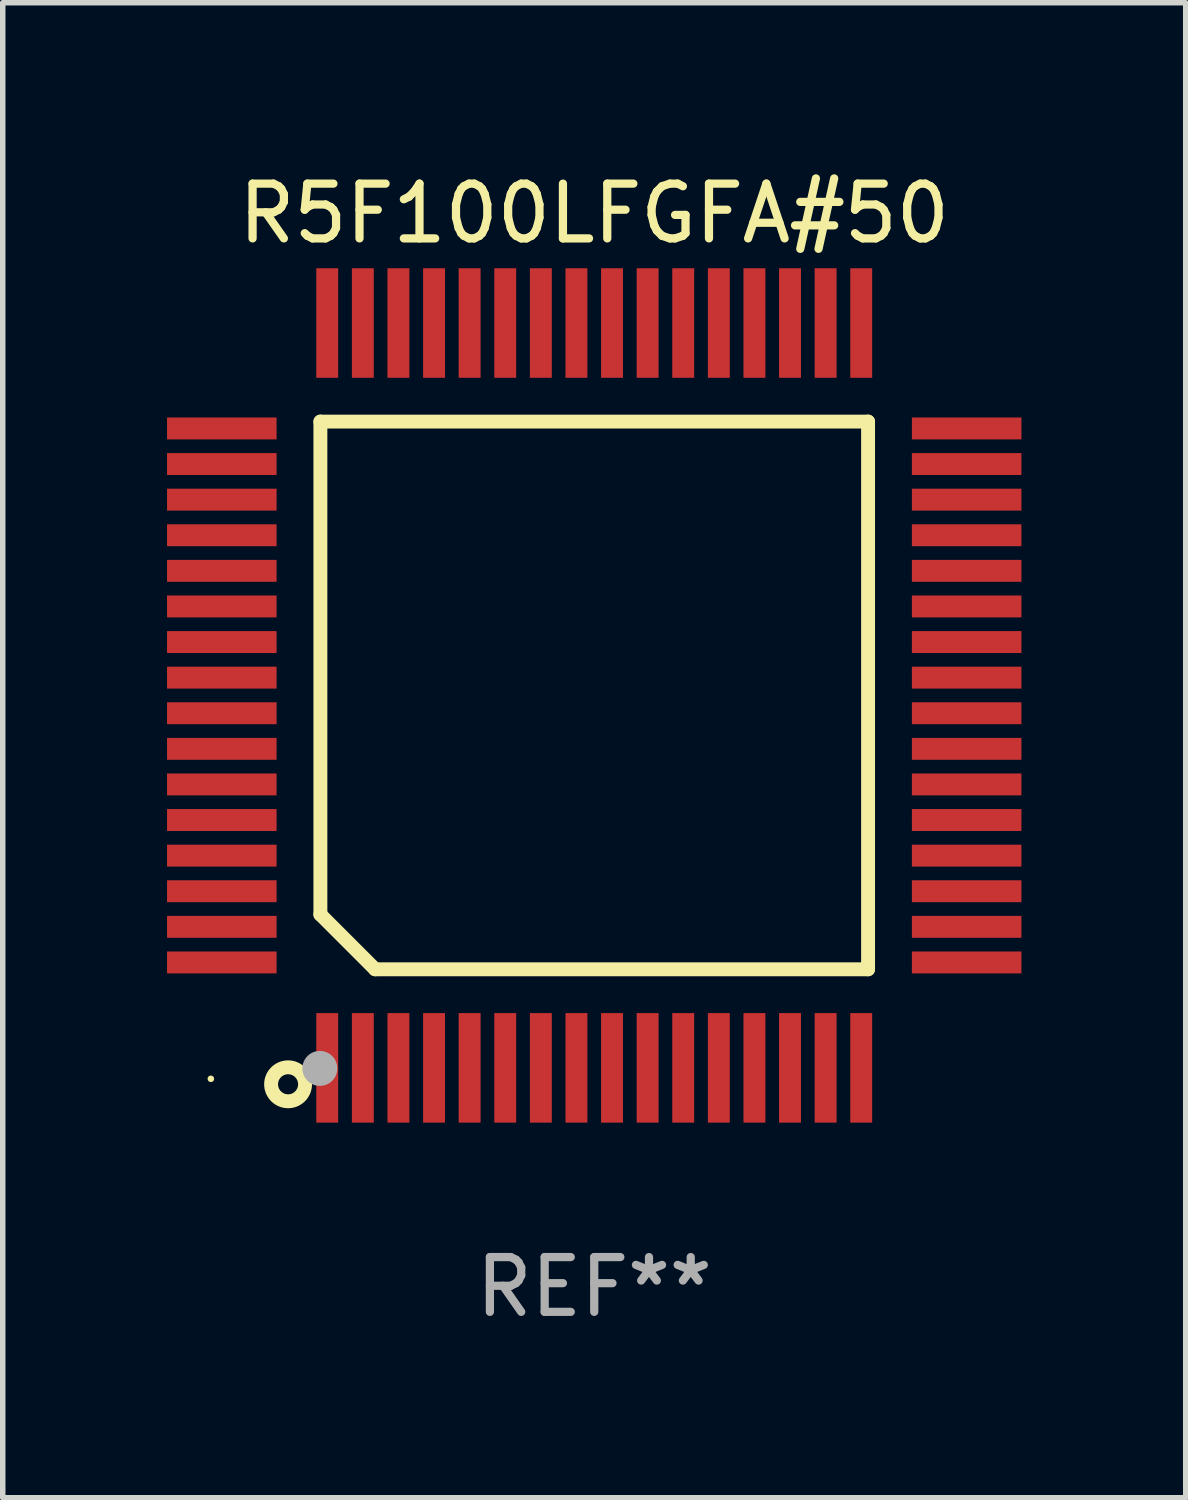
<source format=kicad_pcb>
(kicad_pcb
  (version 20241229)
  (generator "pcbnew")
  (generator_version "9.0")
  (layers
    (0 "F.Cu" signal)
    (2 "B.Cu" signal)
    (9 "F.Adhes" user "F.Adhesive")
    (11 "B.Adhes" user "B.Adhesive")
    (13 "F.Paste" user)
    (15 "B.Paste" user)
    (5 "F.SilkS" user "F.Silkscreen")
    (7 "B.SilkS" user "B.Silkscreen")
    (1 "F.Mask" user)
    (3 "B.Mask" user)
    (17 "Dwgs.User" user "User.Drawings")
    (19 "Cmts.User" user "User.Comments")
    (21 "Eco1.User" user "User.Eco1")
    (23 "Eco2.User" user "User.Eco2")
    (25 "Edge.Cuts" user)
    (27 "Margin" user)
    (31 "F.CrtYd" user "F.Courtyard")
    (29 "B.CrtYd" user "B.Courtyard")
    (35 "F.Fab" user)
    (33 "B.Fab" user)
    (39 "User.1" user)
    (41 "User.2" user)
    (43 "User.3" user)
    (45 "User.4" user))
  (footprint "R5F100LFGFA#50"
    (layer "F.Cu")
    (at 7.8 9.648)
    (property "Reference" "R5F100LFGFA#50" (at 0 -8.8 0) (layer "F.SilkS") (effects (font (size 1 1) (thickness 0.15))))
    (attr through_hole)
    (fp_line (start -5 -5) (end 5 -5) (stroke (width 0.254) (type solid)) (layer "F.SilkS"))
    (fp_line (start -5 4) (end -5 -5) (stroke (width 0.254) (type solid)) (layer "F.SilkS"))
    (fp_line (start -4 5) (end -5 4) (stroke (width 0.254) (type solid)) (layer "F.SilkS"))
    (fp_line (start 5 -5) (end 5 5) (stroke (width 0.254) (type solid)) (layer "F.SilkS"))
    (fp_line (start 5 5) (end -4 5) (stroke (width 0.254) (type solid)) (layer "F.SilkS"))
    (fp_circle (center -7 7) (end -6.97 7) (stroke (width 0.06) (type solid)) (fill no) (layer "F.SilkS"))
    (fp_circle (center -5.59 7.1) (end -5.28 7.1) (stroke (width 0.254) (type solid)) (fill no) (layer "F.SilkS"))
    (fp_circle (center -5.01 6.81) (end -4.85 6.81) (stroke (width 0.32) (type solid)) (fill no) (layer "F.Fab"))
    (fp_text user "REF**" (at 0 10.8 0) (layer "F.Fab") (effects (font (size 1 1) (thickness 0.15))))
    (pad "1" smd rect (at -4.875 6.8) (size 0.4 2) (layers "F.Cu" "F.Mask" "F.Paste"))
    (pad "2" smd rect (at -4.225 6.8) (size 0.4 2) (layers "F.Cu" "F.Mask" "F.Paste"))
    (pad "3" smd rect (at -3.575 6.8) (size 0.4 2) (layers "F.Cu" "F.Mask" "F.Paste"))
    (pad "4" smd rect (at -2.925 6.8) (size 0.4 2) (layers "F.Cu" "F.Mask" "F.Paste"))
    (pad "5" smd rect (at -2.275 6.8) (size 0.4 2) (layers "F.Cu" "F.Mask" "F.Paste"))
    (pad "6" smd rect (at -1.625 6.8) (size 0.4 2) (layers "F.Cu" "F.Mask" "F.Paste"))
    (pad "7" smd rect (at -0.975 6.8) (size 0.4 2) (layers "F.Cu" "F.Mask" "F.Paste"))
    (pad "8" smd rect (at -0.325 6.8) (size 0.4 2) (layers "F.Cu" "F.Mask" "F.Paste"))
    (pad "9" smd rect (at 0.325 6.8) (size 0.4 2) (layers "F.Cu" "F.Mask" "F.Paste"))
    (pad "10" smd rect (at 0.975 6.8) (size 0.4 2) (layers "F.Cu" "F.Mask" "F.Paste"))
    (pad "11" smd rect (at 1.625 6.8) (size 0.4 2) (layers "F.Cu" "F.Mask" "F.Paste"))
    (pad "12" smd rect (at 2.275 6.8) (size 0.4 2) (layers "F.Cu" "F.Mask" "F.Paste"))
    (pad "13" smd rect (at 2.925 6.8) (size 0.4 2) (layers "F.Cu" "F.Mask" "F.Paste"))
    (pad "14" smd rect (at 3.575 6.8) (size 0.4 2) (layers "F.Cu" "F.Mask" "F.Paste"))
    (pad "15" smd rect (at 4.225 6.8) (size 0.4 2) (layers "F.Cu" "F.Mask" "F.Paste"))
    (pad "16" smd rect (at 4.875 6.8) (size 0.4 2) (layers "F.Cu" "F.Mask" "F.Paste"))
    (pad "17" smd rect (at 6.8 4.875) (size 2 0.4) (layers "F.Cu" "F.Mask" "F.Paste"))
    (pad "18" smd rect (at 6.8 4.225) (size 2 0.4) (layers "F.Cu" "F.Mask" "F.Paste"))
    (pad "19" smd rect (at 6.8 3.575) (size 2 0.4) (layers "F.Cu" "F.Mask" "F.Paste"))
    (pad "20" smd rect (at 6.8 2.925) (size 2 0.4) (layers "F.Cu" "F.Mask" "F.Paste"))
    (pad "21" smd rect (at 6.8 2.275) (size 2 0.4) (layers "F.Cu" "F.Mask" "F.Paste"))
    (pad "22" smd rect (at 6.8 1.625) (size 2 0.4) (layers "F.Cu" "F.Mask" "F.Paste"))
    (pad "23" smd rect (at 6.8 0.975) (size 2 0.4) (layers "F.Cu" "F.Mask" "F.Paste"))
    (pad "24" smd rect (at 6.8 0.325) (size 2 0.4) (layers "F.Cu" "F.Mask" "F.Paste"))
    (pad "25" smd rect (at 6.8 -0.325) (size 2 0.4) (layers "F.Cu" "F.Mask" "F.Paste"))
    (pad "26" smd rect (at 6.8 -0.975) (size 2 0.4) (layers "F.Cu" "F.Mask" "F.Paste"))
    (pad "27" smd rect (at 6.8 -1.625) (size 2 0.4) (layers "F.Cu" "F.Mask" "F.Paste"))
    (pad "28" smd rect (at 6.8 -2.275) (size 2 0.4) (layers "F.Cu" "F.Mask" "F.Paste"))
    (pad "29" smd rect (at 6.8 -2.925) (size 2 0.4) (layers "F.Cu" "F.Mask" "F.Paste"))
    (pad "30" smd rect (at 6.8 -3.575) (size 2 0.4) (layers "F.Cu" "F.Mask" "F.Paste"))
    (pad "31" smd rect (at 6.8 -4.225) (size 2 0.4) (layers "F.Cu" "F.Mask" "F.Paste"))
    (pad "32" smd rect (at 6.8 -4.875) (size 2 0.4) (layers "F.Cu" "F.Mask" "F.Paste"))
    (pad "33" smd rect (at 4.875 -6.8) (size 0.4 2) (layers "F.Cu" "F.Mask" "F.Paste"))
    (pad "34" smd rect (at 4.225 -6.8) (size 0.4 2) (layers "F.Cu" "F.Mask" "F.Paste"))
    (pad "35" smd rect (at 3.575 -6.8) (size 0.4 2) (layers "F.Cu" "F.Mask" "F.Paste"))
    (pad "36" smd rect (at 2.925 -6.8) (size 0.4 2) (layers "F.Cu" "F.Mask" "F.Paste"))
    (pad "37" smd rect (at 2.275 -6.8) (size 0.4 2) (layers "F.Cu" "F.Mask" "F.Paste"))
    (pad "38" smd rect (at 1.625 -6.8) (size 0.4 2) (layers "F.Cu" "F.Mask" "F.Paste"))
    (pad "39" smd rect (at 0.975 -6.8) (size 0.4 2) (layers "F.Cu" "F.Mask" "F.Paste"))
    (pad "40" smd rect (at 0.325 -6.8) (size 0.4 2) (layers "F.Cu" "F.Mask" "F.Paste"))
    (pad "41" smd rect (at -0.325 -6.8) (size 0.4 2) (layers "F.Cu" "F.Mask" "F.Paste"))
    (pad "42" smd rect (at -0.975 -6.8) (size 0.4 2) (layers "F.Cu" "F.Mask" "F.Paste"))
    (pad "43" smd rect (at -1.625 -6.8) (size 0.4 2) (layers "F.Cu" "F.Mask" "F.Paste"))
    (pad "44" smd rect (at -2.275 -6.8) (size 0.4 2) (layers "F.Cu" "F.Mask" "F.Paste"))
    (pad "45" smd rect (at -2.925 -6.8) (size 0.4 2) (layers "F.Cu" "F.Mask" "F.Paste"))
    (pad "46" smd rect (at -3.575 -6.8) (size 0.4 2) (layers "F.Cu" "F.Mask" "F.Paste"))
    (pad "47" smd rect (at -4.225 -6.8) (size 0.4 2) (layers "F.Cu" "F.Mask" "F.Paste"))
    (pad "48" smd rect (at -4.875 -6.8) (size 0.4 2) (layers "F.Cu" "F.Mask" "F.Paste"))
    (pad "49" smd rect (at -6.8 -4.875) (size 2 0.4) (layers "F.Cu" "F.Mask" "F.Paste"))
    (pad "50" smd rect (at -6.8 -4.225) (size 2 0.4) (layers "F.Cu" "F.Mask" "F.Paste"))
    (pad "51" smd rect (at -6.8 -3.575) (size 2 0.4) (layers "F.Cu" "F.Mask" "F.Paste"))
    (pad "52" smd rect (at -6.8 -2.925) (size 2 0.4) (layers "F.Cu" "F.Mask" "F.Paste"))
    (pad "53" smd rect (at -6.8 -2.275) (size 2 0.4) (layers "F.Cu" "F.Mask" "F.Paste"))
    (pad "54" smd rect (at -6.8 -1.625) (size 2 0.4) (layers "F.Cu" "F.Mask" "F.Paste"))
    (pad "55" smd rect (at -6.8 -0.975) (size 2 0.4) (layers "F.Cu" "F.Mask" "F.Paste"))
    (pad "56" smd rect (at -6.8 -0.325) (size 2 0.4) (layers "F.Cu" "F.Mask" "F.Paste"))
    (pad "57" smd rect (at -6.8 0.325) (size 2 0.4) (layers "F.Cu" "F.Mask" "F.Paste"))
    (pad "58" smd rect (at -6.8 0.975) (size 2 0.4) (layers "F.Cu" "F.Mask" "F.Paste"))
    (pad "59" smd rect (at -6.8 1.625) (size 2 0.4) (layers "F.Cu" "F.Mask" "F.Paste"))
    (pad "60" smd rect (at -6.8 2.275) (size 2 0.4) (layers "F.Cu" "F.Mask" "F.Paste"))
    (pad "61" smd rect (at -6.8 2.925) (size 2 0.4) (layers "F.Cu" "F.Mask" "F.Paste"))
    (pad "62" smd rect (at -6.8 3.575) (size 2 0.4) (layers "F.Cu" "F.Mask" "F.Paste"))
    (pad "63" smd rect (at -6.8 4.225) (size 2 0.4) (layers "F.Cu" "F.Mask" "F.Paste"))
    (pad "64" smd rect (at -6.8 4.875) (size 2 0.4) (layers "F.Cu" "F.Mask" "F.Paste")))
  (gr_rect
    (start -3 -3)
    (end 18.6 24.297)
    (stroke (width 0.1) (type default))
    (fill no)
    (layer "Edge.Cuts")))
</source>
